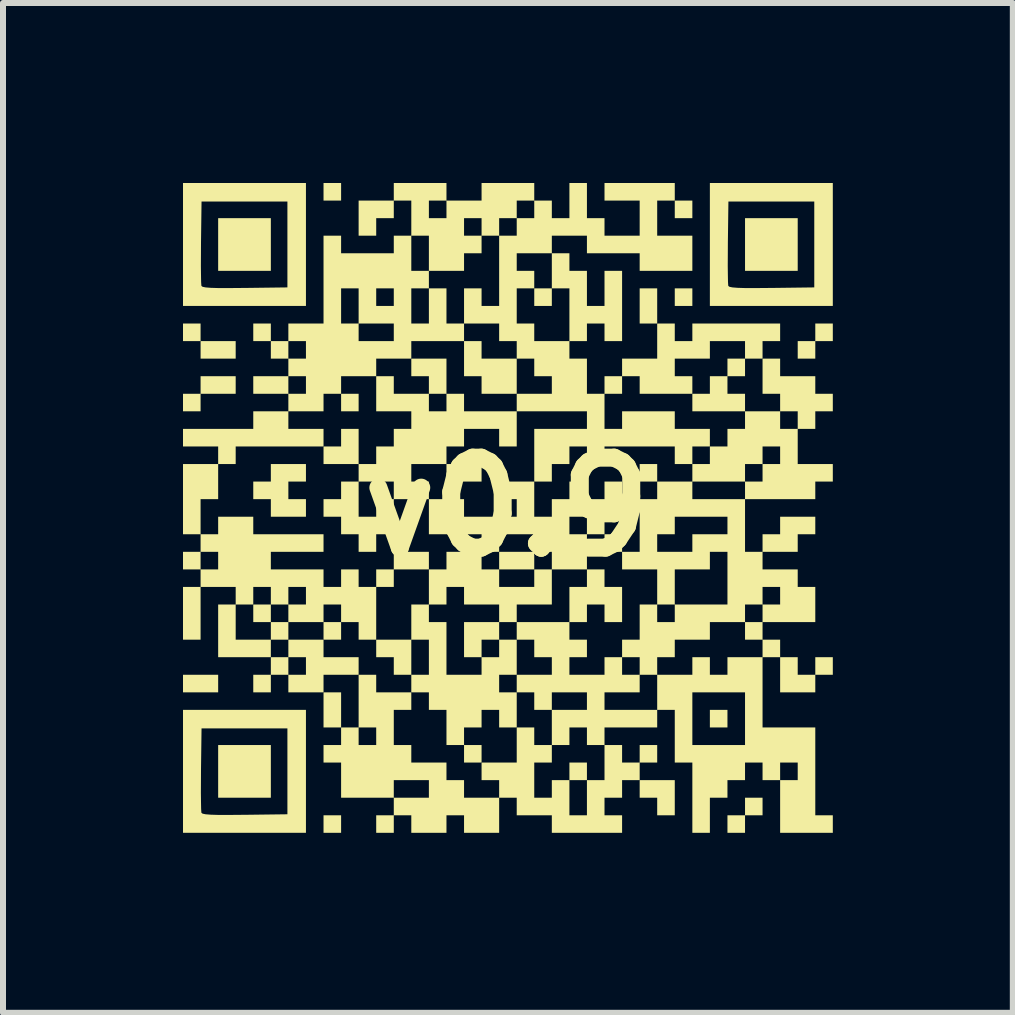
<source format=kicad_pcb>
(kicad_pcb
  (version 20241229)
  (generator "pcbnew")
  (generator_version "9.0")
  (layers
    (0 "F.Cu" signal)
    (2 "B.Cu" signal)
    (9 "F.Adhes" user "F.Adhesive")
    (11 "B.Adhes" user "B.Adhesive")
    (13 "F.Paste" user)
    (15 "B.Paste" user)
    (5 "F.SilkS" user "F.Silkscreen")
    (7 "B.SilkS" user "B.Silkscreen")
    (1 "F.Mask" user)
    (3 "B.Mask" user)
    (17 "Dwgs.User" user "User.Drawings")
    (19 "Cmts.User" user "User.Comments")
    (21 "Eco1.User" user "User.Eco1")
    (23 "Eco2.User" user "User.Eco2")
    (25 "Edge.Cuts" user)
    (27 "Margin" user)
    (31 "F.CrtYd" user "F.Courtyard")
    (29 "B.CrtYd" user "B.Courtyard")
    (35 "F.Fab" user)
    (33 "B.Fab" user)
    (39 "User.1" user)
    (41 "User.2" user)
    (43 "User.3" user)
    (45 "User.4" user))
  (footprint "v0.9"
    (layer "F.Cu")
    (at 5.399 5.399)
    (property "Reference" "v0.9" (at 0 0 0) (layer "F.SilkS") (effects (font (size 1.5 1.5) (thickness 0.3))))
    (attr board_only exclude_from_pos_files exclude_from_bom)
    (fp_poly (pts (xy -5.106 -2.911) (xy -5.106 -2.764) (xy -5.252 -2.764) (xy -5.399 -2.764) (xy -5.399 -2.911) (xy -5.399 -3.057) (xy -5.252 -3.057) (xy -5.106 -3.057)) (stroke (width 0) (type solid)) (fill yes) (layer "F.SilkS"))
    (fp_poly (pts (xy -4.813 2.943) (xy -4.813 3.09) (xy -5.106 3.09) (xy -5.399 3.09) (xy -5.399 2.943) (xy -5.399 2.797) (xy -5.106 2.797) (xy -4.813 2.797)) (stroke (width 0) (type solid)) (fill yes) (layer "F.SilkS"))
    (fp_poly (pts (xy -4.521 -2.618) (xy -4.521 -2.472) (xy -4.813 -2.472) (xy -5.106 -2.472) (xy -5.106 -2.618) (xy -5.106 -2.764) (xy -4.813 -2.764) (xy -4.521 -2.764)) (stroke (width 0) (type solid)) (fill yes) (layer "F.SilkS"))
    (fp_poly (pts (xy -3.935 -4.374) (xy -3.935 -3.935) (xy -4.374 -3.935) (xy -4.813 -3.935) (xy -4.813 -4.374) (xy -4.813 -4.813) (xy -4.374 -4.813) (xy -3.935 -4.813)) (stroke (width 0) (type solid)) (fill yes) (layer "F.SilkS"))
    (fp_poly (pts (xy -3.935 1.772) (xy -3.935 1.919) (xy -4.082 1.919) (xy -4.228 1.919) (xy -4.228 1.772) (xy -4.228 1.626) (xy -4.082 1.626) (xy -3.935 1.626)) (stroke (width 0) (type solid)) (fill yes) (layer "F.SilkS"))
    (fp_poly (pts (xy -3.935 4.407) (xy -3.935 4.846) (xy -4.374 4.846) (xy -4.813 4.846) (xy -4.813 4.407) (xy -4.813 3.968) (xy -4.374 3.968) (xy -3.935 3.968)) (stroke (width 0) (type solid)) (fill yes) (layer "F.SilkS"))
    (fp_poly (pts (xy -3.643 2.065) (xy -3.643 2.212) (xy -3.789 2.212) (xy -3.935 2.212) (xy -3.935 2.065) (xy -3.935 1.919) (xy -3.789 1.919) (xy -3.643 1.919)) (stroke (width 0) (type solid)) (fill yes) (layer "F.SilkS"))
    (fp_poly (pts (xy -2.764 -5.252) (xy -2.764 -5.106) (xy -2.911 -5.106) (xy -3.057 -5.106) (xy -3.057 -5.252) (xy -3.057 -5.399) (xy -2.911 -5.399) (xy -2.764 -5.399)) (stroke (width 0) (type solid)) (fill yes) (layer "F.SilkS"))
    (fp_poly (pts (xy -2.764 2.065) (xy -2.764 2.212) (xy -2.911 2.212) (xy -3.057 2.212) (xy -3.057 2.065) (xy -3.057 1.919) (xy -2.911 1.919) (xy -2.764 1.919)) (stroke (width 0) (type solid)) (fill yes) (layer "F.SilkS"))
    (fp_poly (pts (xy -2.764 5.285) (xy -2.764 5.431) (xy -2.911 5.431) (xy -3.057 5.431) (xy -3.057 5.285) (xy -3.057 5.139) (xy -2.911 5.139) (xy -2.764 5.139)) (stroke (width 0) (type solid)) (fill yes) (layer "F.SilkS"))
    (fp_poly (pts (xy -2.472 -1.74) (xy -2.472 -1.594) (xy -2.618 -1.594) (xy -2.764 -1.594) (xy -2.764 -1.74) (xy -2.764 -1.886) (xy -2.618 -1.886) (xy -2.472 -1.886)) (stroke (width 0) (type solid)) (fill yes) (layer "F.SilkS"))
    (fp_poly (pts (xy -0.423 -0.569) (xy -0.423 -0.423) (xy -0.715 -0.423) (xy -1.008 -0.423) (xy -1.008 -0.569) (xy -1.008 -0.715) (xy -0.715 -0.715) (xy -0.423 -0.715)) (stroke (width 0) (type solid)) (fill yes) (layer "F.SilkS"))
    (fp_poly (pts (xy -0.423 4.114) (xy -0.423 4.26) (xy -0.569 4.26) (xy -0.715 4.26) (xy -0.715 4.114) (xy -0.715 3.968) (xy -0.569 3.968) (xy -0.423 3.968)) (stroke (width 0) (type solid)) (fill yes) (layer "F.SilkS"))
    (fp_poly (pts (xy 0.455 0.894) (xy 0.455 1.041) (xy 0.163 1.041) (xy -0.13 1.041) (xy -0.13 0.894) (xy -0.13 0.748) (xy 0.163 0.748) (xy 0.455 0.748)) (stroke (width 0) (type solid)) (fill yes) (layer "F.SilkS"))
    (fp_poly (pts (xy 0.748 -3.496) (xy 0.748 -3.35) (xy 0.602 -3.35) (xy 0.455 -3.35) (xy 0.455 -3.496) (xy 0.455 -3.643) (xy 0.602 -3.643) (xy 0.748 -3.643)) (stroke (width 0) (type solid)) (fill yes) (layer "F.SilkS"))
    (fp_poly (pts (xy 1.333 4.407) (xy 1.333 4.553) (xy 1.187 4.553) (xy 1.041 4.553) (xy 1.041 4.407) (xy 1.041 4.26) (xy 1.187 4.26) (xy 1.333 4.26)) (stroke (width 0) (type solid)) (fill yes) (layer "F.SilkS"))
    (fp_poly (pts (xy 1.919 0.602) (xy 1.919 0.748) (xy 1.772 0.748) (xy 1.626 0.748) (xy 1.626 0.602) (xy 1.626 0.455) (xy 1.772 0.455) (xy 1.919 0.455)) (stroke (width 0) (type solid)) (fill yes) (layer "F.SilkS"))
    (fp_poly (pts (xy 2.504 -3.35) (xy 2.504 -3.057) (xy 2.358 -3.057) (xy 2.212 -3.057) (xy 2.212 -3.35) (xy 2.212 -3.643) (xy 2.358 -3.643) (xy 2.504 -3.643)) (stroke (width 0) (type solid)) (fill yes) (layer "F.SilkS"))
    (fp_poly (pts (xy 2.504 -0.569) (xy 2.504 -0.423) (xy 2.358 -0.423) (xy 2.212 -0.423) (xy 2.212 -0.569) (xy 2.212 -0.715) (xy 2.358 -0.715) (xy 2.504 -0.715)) (stroke (width 0) (type solid)) (fill yes) (layer "F.SilkS"))
    (fp_poly (pts (xy 3.09 -4.96) (xy 3.09 -4.813) (xy 2.943 -4.813) (xy 2.797 -4.813) (xy 2.797 -4.96) (xy 2.797 -5.106) (xy 2.943 -5.106) (xy 3.09 -5.106)) (stroke (width 0) (type solid)) (fill yes) (layer "F.SilkS"))
    (fp_poly (pts (xy 3.09 -3.496) (xy 3.09 -3.35) (xy 2.943 -3.35) (xy 2.797 -3.35) (xy 2.797 -3.496) (xy 2.797 -3.643) (xy 2.943 -3.643) (xy 3.09 -3.643)) (stroke (width 0) (type solid)) (fill yes) (layer "F.SilkS"))
    (fp_poly (pts (xy 3.675 3.529) (xy 3.675 3.675) (xy 3.529 3.675) (xy 3.382 3.675) (xy 3.382 3.529) (xy 3.382 3.382) (xy 3.529 3.382) (xy 3.675 3.382)) (stroke (width 0) (type solid)) (fill yes) (layer "F.SilkS"))
    (fp_poly (pts (xy 4.846 -4.374) (xy 4.846 -3.935) (xy 4.407 -3.935) (xy 3.968 -3.935) (xy 3.968 -4.374) (xy 3.968 -4.813) (xy 4.407 -4.813) (xy 4.846 -4.813)) (stroke (width 0) (type solid)) (fill yes) (layer "F.SilkS"))
    (fp_poly (pts (xy 2.797 4.846) (xy 2.797 5.139) (xy 2.651 5.139) (xy 2.504 5.139) (xy 2.504 4.992) (xy 2.504 4.846) (xy 2.358 4.846) (xy 2.212 4.846) (xy 2.212 4.699) (xy 2.212 4.553) (xy 2.504 4.553) (xy 2.797 4.553)) (stroke (width 0) (type solid)) (fill yes) (layer "F.SilkS"))
    (fp_poly (pts (xy -4.521 -2.033) (xy -4.521 -1.886) (xy -4.813 -1.886) (xy -5.106 -1.886) (xy -5.106 -1.74) (xy -5.106 -1.594) (xy -5.252 -1.594) (xy -5.399 -1.594) (xy -5.399 -1.74) (xy -5.399 -1.886) (xy -5.252 -1.886) (xy -5.106 -1.886) (xy -5.106 -2.033) (xy -5.106 -2.179) (xy -4.813 -2.179) (xy -4.521 -2.179)) (stroke (width 0) (type solid)) (fill yes) (layer "F.SilkS"))
    (fp_poly (pts (xy -0.423 -2.618) (xy -0.423 -2.472) (xy -0.13 -2.472) (xy 0.163 -2.472) (xy 0.163 -2.179) (xy 0.163 -1.886) (xy -0.13 -1.886) (xy -0.423 -1.886) (xy -0.423 -2.033) (xy -0.423 -2.179) (xy -0.569 -2.179) (xy -0.715 -2.179) (xy -0.715 -2.472) (xy -0.715 -2.764) (xy -0.569 -2.764) (xy -0.423 -2.764)) (stroke (width 0) (type solid)) (fill yes) (layer "F.SilkS"))
    (fp_poly (pts (xy 4.26 4.992) (xy 4.26 5.139) (xy 4.114 5.139) (xy 3.968 5.139) (xy 3.968 5.285) (xy 3.968 5.431) (xy 3.821 5.431) (xy 3.675 5.431) (xy 3.675 5.285) (xy 3.675 5.139) (xy 3.821 5.139) (xy 3.968 5.139) (xy 3.968 4.992) (xy 3.968 4.846) (xy 4.114 4.846) (xy 4.26 4.846)) (stroke (width 0) (type solid)) (fill yes) (layer "F.SilkS"))
    (fp_poly (pts (xy 5.431 -2.911) (xy 5.431 -2.764) (xy 5.285 -2.764) (xy 5.139 -2.764) (xy 5.139 -2.618) (xy 5.139 -2.472) (xy 4.992 -2.472) (xy 4.846 -2.472) (xy 4.846 -2.618) (xy 4.846 -2.764) (xy 4.992 -2.764) (xy 5.139 -2.764) (xy 5.139 -2.911) (xy 5.139 -3.057) (xy 5.285 -3.057) (xy 5.431 -3.057)) (stroke (width 0) (type solid)) (fill yes) (layer "F.SilkS"))
    (fp_poly (pts (xy 4.846 2.651) (xy 4.846 2.797) (xy 4.992 2.797) (xy 5.139 2.797) (xy 5.139 2.651) (xy 5.139 2.504) (xy 5.285 2.504) (xy 5.431 2.504) (xy 5.431 2.651) (xy 5.431 2.797) (xy 5.285 2.797) (xy 5.139 2.797) (xy 5.139 2.943) (xy 5.139 3.09) (xy 4.846 3.09) (xy 4.553 3.09) (xy 4.553 2.797) (xy 4.553 2.504) (xy 4.699 2.504) (xy 4.846 2.504)) (stroke (width 0) (type solid)) (fill yes) (layer "F.SilkS"))
    (fp_poly (pts (xy -3.35 -0.569) (xy -3.35 -0.423) (xy -3.496 -0.423) (xy -3.643 -0.423) (xy -3.643 -0.276) (xy -3.643 -0.13) (xy -3.496 -0.13) (xy -3.35 -0.13) (xy -3.35 0.016) (xy -3.35 0.163) (xy -3.643 0.163) (xy -3.935 0.163) (xy -3.935 0.016) (xy -3.935 -0.13) (xy -4.082 -0.13) (xy -4.228 -0.13) (xy -4.228 -0.276) (xy -4.228 -0.423) (xy -4.082 -0.423) (xy -3.935 -0.423) (xy -3.935 -0.569) (xy -3.935 -0.715) (xy -3.643 -0.715) (xy -3.35 -0.715)) (stroke (width 0) (type solid)) (fill yes) (layer "F.SilkS"))
    (fp_poly (pts (xy 1.626 1.187) (xy 1.626 1.333) (xy 1.772 1.333) (xy 1.919 1.333) (xy 1.919 1.626) (xy 1.919 1.919) (xy 1.772 1.919) (xy 1.626 1.919) (xy 1.626 1.772) (xy 1.626 1.626) (xy 1.48 1.626) (xy 1.333 1.626) (xy 1.333 1.772) (xy 1.333 1.919) (xy 1.187 1.919) (xy 1.041 1.919) (xy 1.041 1.626) (xy 1.041 1.333) (xy 1.187 1.333) (xy 1.333 1.333) (xy 1.333 1.187) (xy 1.333 1.041) (xy 1.48 1.041) (xy 1.626 1.041)) (stroke (width 0) (type solid)) (fill yes) (layer "F.SilkS"))
    (fp_poly (pts (xy 3.968 -2.325) (xy 3.968 -2.179) (xy 3.821 -2.179) (xy 3.675 -2.179) (xy 3.675 -2.033) (xy 3.675 -1.886) (xy 3.821 -1.886) (xy 3.968 -1.886) (xy 3.968 -1.74) (xy 3.968 -1.594) (xy 3.529 -1.594) (xy 3.09 -1.594) (xy 3.09 -1.74) (xy 3.09 -1.886) (xy 3.236 -1.886) (xy 3.382 -1.886) (xy 3.382 -2.033) (xy 3.382 -2.179) (xy 3.529 -2.179) (xy 3.675 -2.179) (xy 3.675 -2.325) (xy 3.675 -2.472) (xy 3.821 -2.472) (xy 3.968 -2.472)) (stroke (width 0) (type solid)) (fill yes) (layer "F.SilkS"))
    (fp_poly (pts (xy -3.35 -4.374) (xy -3.35 -3.35) (xy -4.374 -3.35) (xy -5.399 -3.35) (xy -5.399 -4.017) (xy -5.101 -4.017) (xy -5.099 -3.863) (xy -5.097 -3.75) (xy -5.093 -3.69) (xy -5.091 -3.683) (xy -5.072 -3.669) (xy -5.023 -3.659) (xy -4.937 -3.652) (xy -4.807 -3.648) (xy -4.627 -3.648) (xy -4.389 -3.65) (xy -4.367 -3.65) (xy -3.659 -3.659) (xy -3.659 -4.374) (xy -3.659 -5.09) (xy -4.374 -5.09) (xy -5.09 -5.09) (xy -5.099 -4.408) (xy -5.1 -4.202) (xy -5.101 -4.017) (xy -5.399 -4.017) (xy -5.399 -4.374) (xy -5.399 -5.399) (xy -4.374 -5.399) (xy -3.35 -5.399)) (stroke (width 0) (type solid)) (fill yes) (layer "F.SilkS"))
    (fp_poly (pts (xy -3.35 4.407) (xy -3.35 5.431) (xy -4.374 5.431) (xy -5.399 5.431) (xy -5.399 4.764) (xy -5.101 4.764) (xy -5.099 4.918) (xy -5.097 5.031) (xy -5.093 5.091) (xy -5.091 5.098) (xy -5.072 5.112) (xy -5.023 5.122) (xy -4.937 5.129) (xy -4.807 5.133) (xy -4.627 5.133) (xy -4.389 5.131) (xy -4.367 5.131) (xy -3.659 5.122) (xy -3.659 4.407) (xy -3.659 3.691) (xy -4.374 3.691) (xy -5.09 3.691) (xy -5.099 4.373) (xy -5.1 4.579) (xy -5.101 4.764) (xy -5.399 4.764) (xy -5.399 4.407) (xy -5.399 3.382) (xy -4.374 3.382) (xy -3.35 3.382)) (stroke (width 0) (type solid)) (fill yes) (layer "F.SilkS"))
    (fp_poly (pts (xy 5.431 -4.374) (xy 5.431 -3.35) (xy 4.407 -3.35) (xy 3.382 -3.35) (xy 3.382 -4.017) (xy 3.68 -4.017) (xy 3.682 -3.863) (xy 3.684 -3.75) (xy 3.688 -3.69) (xy 3.69 -3.683) (xy 3.709 -3.669) (xy 3.758 -3.659) (xy 3.844 -3.652) (xy 3.974 -3.648) (xy 4.154 -3.648) (xy 4.392 -3.65) (xy 4.414 -3.65) (xy 5.122 -3.659) (xy 5.122 -4.374) (xy 5.122 -5.09) (xy 4.407 -5.09) (xy 3.691 -5.09) (xy 3.682 -4.408) (xy 3.681 -4.202) (xy 3.68 -4.017) (xy 3.382 -4.017) (xy 3.382 -4.374) (xy 3.382 -5.399) (xy 4.407 -5.399) (xy 5.431 -5.399)) (stroke (width 0) (type solid)) (fill yes) (layer "F.SilkS"))
    (fp_poly (pts (xy -1.008 -2.179) (xy -1.008 -1.886) (xy -1.155 -1.886) (xy -1.301 -1.886) (xy -1.301 -1.74) (xy -1.301 -1.594) (xy -1.155 -1.594) (xy -1.008 -1.594) (xy -1.008 -1.74) (xy -1.008 -1.886) (xy -0.862 -1.886) (xy -0.715 -1.886) (xy -0.715 -1.74) (xy -0.715 -1.594) (xy -0.276 -1.594) (xy 0.163 -1.594) (xy 0.163 -1.301) (xy 0.163 -1.008) (xy 0.016 -1.008) (xy -0.13 -1.008) (xy -0.13 -1.155) (xy -0.13 -1.301) (xy -0.423 -1.301) (xy -0.715 -1.301) (xy -0.715 -1.155) (xy -0.715 -1.008) (xy -0.862 -1.008) (xy -1.008 -1.008) (xy -1.008 -0.862) (xy -1.008 -0.715) (xy -1.301 -0.715) (xy -1.594 -0.715) (xy -1.594 -0.569) (xy -1.594 -0.423) (xy -1.447 -0.423) (xy -1.301 -0.423) (xy -1.301 -0.276) (xy -1.301 -0.13) (xy -1.594 -0.13) (xy -1.886 -0.13) (xy -1.886 0.163) (xy -1.886 0.455) (xy -2.033 0.455) (xy -2.179 0.455) (xy -2.179 0.602) (xy -2.179 0.748) (xy -2.325 0.748) (xy -2.472 0.748) (xy -2.472 0.602) (xy -2.472 0.455) (xy -2.618 0.455) (xy -2.764 0.455) (xy -2.764 0.309) (xy -2.764 0.163) (xy -2.911 0.163) (xy -3.057 0.163) (xy -3.057 0.016) (xy -3.057 -0.13) (xy -2.911 -0.13) (xy -2.764 -0.13) (xy -2.764 -0.276) (xy -2.764 -0.423) (xy -2.618 -0.423) (xy -2.472 -0.423) (xy -2.472 -0.13) (xy -2.472 0.163) (xy -2.325 0.163) (xy -2.179 0.163) (xy -2.179 0.016) (xy -2.179 -0.13) (xy -2.033 -0.13) (xy -1.886 -0.13) (xy -1.886 -0.276) (xy -1.886 -0.423) (xy -2.179 -0.423) (xy -2.472 -0.423) (xy -2.472 -0.569) (xy -2.472 -0.715) (xy -2.764 -0.715) (xy -3.057 -0.715) (xy -3.057 -0.862) (xy -3.057 -1.008) (xy -2.911 -1.008) (xy -2.764 -1.008) (xy -2.764 -1.155) (xy -2.764 -1.301) (xy -2.618 -1.301) (xy -2.472 -1.301) (xy -2.472 -1.008) (xy -2.472 -0.715) (xy -2.325 -0.715) (xy -2.179 -0.715) (xy -2.179 -0.862) (xy -2.179 -1.008) (xy -2.033 -1.008) (xy -1.886 -1.008) (xy -1.886 -1.155) (xy -1.886 -1.301) (xy -1.74 -1.301) (xy -1.594 -1.301) (xy -1.594 -1.447) (xy -1.594 -1.594) (xy -1.886 -1.594) (xy -2.179 -1.594) (xy -2.179 -1.886) (xy -2.179 -2.179) (xy -2.033 -2.179) (xy -1.886 -2.179) (xy -1.886 -2.033) (xy -1.886 -1.886) (xy -1.594 -1.886) (xy -1.301 -1.886) (xy -1.301 -2.033) (xy -1.301 -2.179) (xy -1.447 -2.179) (xy -1.594 -2.179) (xy -1.594 -2.325) (xy -1.594 -2.472) (xy -1.301 -2.472) (xy -1.008 -2.472)) (stroke (width 0) (type solid)) (fill yes) (layer "F.SilkS"))
    (fp_poly (pts (xy -2.179 2.943) (xy -2.179 3.09) (xy -1.886 3.09) (xy -1.594 3.09) (xy -1.594 3.236) (xy -1.594 3.382) (xy -1.74 3.382) (xy -1.886 3.382) (xy -1.886 3.675) (xy -1.886 3.968) (xy -1.74 3.968) (xy -1.594 3.968) (xy -1.594 4.114) (xy -1.594 4.26) (xy -1.301 4.26) (xy -1.008 4.26) (xy -1.008 4.407) (xy -1.008 4.553) (xy -0.862 4.553) (xy -0.715 4.553) (xy -0.715 4.699) (xy -0.715 4.846) (xy -0.423 4.846) (xy -0.13 4.846) (xy -0.13 4.699) (xy -0.13 4.553) (xy -0.276 4.553) (xy -0.423 4.553) (xy -0.423 4.407) (xy -0.423 4.26) (xy -0.13 4.26) (xy 0.163 4.26) (xy 0.163 3.968) (xy 0.163 3.675) (xy 0.309 3.675) (xy 0.455 3.675) (xy 0.455 3.821) (xy 0.455 3.968) (xy 0.602 3.968) (xy 0.748 3.968) (xy 0.748 4.114) (xy 0.748 4.26) (xy 0.602 4.26) (xy 0.455 4.26) (xy 0.455 4.553) (xy 0.455 4.846) (xy 0.602 4.846) (xy 0.748 4.846) (xy 0.748 4.699) (xy 0.748 4.553) (xy 0.894 4.553) (xy 1.041 4.553) (xy 1.041 4.846) (xy 1.041 5.139) (xy 1.187 5.139) (xy 1.333 5.139) (xy 1.333 4.846) (xy 1.333 4.553) (xy 1.48 4.553) (xy 1.626 4.553) (xy 1.626 4.26) (xy 1.626 3.968) (xy 1.772 3.968) (xy 1.919 3.968) (xy 1.919 4.114) (xy 1.919 4.26) (xy 2.065 4.26) (xy 2.212 4.26) (xy 2.212 4.114) (xy 2.212 3.968) (xy 2.358 3.968) (xy 2.504 3.968) (xy 2.504 4.114) (xy 2.504 4.26) (xy 2.358 4.26) (xy 2.212 4.26) (xy 2.212 4.407) (xy 2.212 4.553) (xy 2.065 4.553) (xy 1.919 4.553) (xy 1.919 4.699) (xy 1.919 4.846) (xy 1.772 4.846) (xy 1.626 4.846) (xy 1.626 4.992) (xy 1.626 5.139) (xy 1.772 5.139) (xy 1.919 5.139) (xy 1.919 5.285) (xy 1.919 5.431) (xy 1.333 5.431) (xy 0.748 5.431) (xy 0.748 5.285) (xy 0.748 5.139) (xy 0.455 5.139) (xy 0.163 5.139) (xy 0.163 4.992) (xy 0.163 4.846) (xy 0.016 4.846) (xy -0.13 4.846) (xy -0.13 5.139) (xy -0.13 5.431) (xy -0.423 5.431) (xy -0.715 5.431) (xy -0.715 5.285) (xy -0.715 5.139) (xy -0.862 5.139) (xy -1.008 5.139) (xy -1.008 5.285) (xy -1.008 5.431) (xy -1.301 5.431) (xy -1.594 5.431) (xy -1.594 5.285) (xy -1.594 5.139) (xy -1.74 5.139) (xy -1.886 5.139) (xy -1.886 5.285) (xy -1.886 5.431) (xy -2.033 5.431) (xy -2.179 5.431) (xy -2.179 5.285) (xy -2.179 5.139) (xy -2.033 5.139) (xy -1.886 5.139) (xy -1.886 4.992) (xy -1.886 4.846) (xy -2.325 4.846) (xy -2.764 4.846) (xy -2.764 4.553) (xy -1.886 4.553) (xy -1.886 4.699) (xy -1.886 4.846) (xy -1.594 4.846) (xy -1.301 4.846) (xy -1.301 4.699) (xy -1.301 4.553) (xy -1.594 4.553) (xy -1.886 4.553) (xy -2.764 4.553) (xy -2.764 4.26) (xy -2.911 4.26) (xy -3.057 4.26) (xy -3.057 4.114) (xy -3.057 3.968) (xy -2.911 3.968) (xy -2.764 3.968) (xy -2.764 3.821) (xy -2.764 3.675) (xy -2.911 3.675) (xy -3.057 3.675) (xy -3.057 3.382) (xy -3.057 3.09) (xy -2.911 3.09) (xy -2.764 3.09) (xy -2.764 3.382) (xy -2.764 3.675) (xy -2.618 3.675) (xy -2.472 3.675) (xy -2.472 3.821) (xy -2.472 3.968) (xy -2.325 3.968) (xy -2.179 3.968) (xy -2.179 3.821) (xy -2.179 3.675) (xy -2.325 3.675) (xy -2.472 3.675) (xy -2.472 3.236) (xy -2.472 2.797) (xy -2.325 2.797) (xy -2.179 2.797)) (stroke (width 0) (type solid)) (fill yes) (layer "F.SilkS"))
    (fp_poly (pts (xy 0.455 -0.13) (xy 0.455 0.163) (xy 0.602 0.163) (xy 0.748 0.163) (xy 1.041 0.163) (xy 1.041 0.309) (xy 1.041 0.455) (xy 1.187 0.455) (xy 1.333 0.455) (xy 1.333 0.309) (xy 1.333 0.163) (xy 1.187 0.163) (xy 1.041 0.163) (xy 0.748 0.163) (xy 0.748 0.016) (xy 0.748 -0.13) (xy 0.894 -0.13) (xy 1.041 -0.13) (xy 1.041 -0.276) (xy 1.041 -0.423) (xy 1.187 -0.423) (xy 1.333 -0.423) (xy 1.333 -0.276) (xy 1.333 -0.13) (xy 1.48 -0.13) (xy 1.626 -0.13) (xy 1.626 -0.276) (xy 1.626 -0.423) (xy 1.772 -0.423) (xy 1.919 -0.423) (xy 1.919 -0.13) (xy 1.919 0.163) (xy 1.772 0.163) (xy 1.626 0.163) (xy 1.626 0.309) (xy 1.626 0.455) (xy 1.48 0.455) (xy 1.333 0.455) (xy 1.333 0.748) (xy 1.333 1.041) (xy 1.041 1.041) (xy 0.748 1.041) (xy 0.748 1.333) (xy 0.748 1.626) (xy 0.455 1.626) (xy 0.163 1.626) (xy 0.163 1.772) (xy 0.163 1.919) (xy 0.016 1.919) (xy -0.13 1.919) (xy -0.13 2.065) (xy -0.13 2.212) (xy -0.276 2.212) (xy -0.423 2.212) (xy -0.423 2.358) (xy -0.423 2.504) (xy -0.569 2.504) (xy -0.715 2.504) (xy -0.715 2.212) (xy -0.715 1.919) (xy -0.423 1.919) (xy -0.13 1.919) (xy -0.13 1.772) (xy -0.13 1.626) (xy -0.423 1.626) (xy -0.715 1.626) (xy -0.715 1.48) (xy -0.715 1.333) (xy -0.862 1.333) (xy -1.008 1.333) (xy -1.008 1.48) (xy -1.008 1.626) (xy -1.155 1.626) (xy -1.301 1.626) (xy -1.301 1.772) (xy -1.301 1.919) (xy -1.155 1.919) (xy -1.008 1.919) (xy -1.008 2.358) (xy -1.008 2.797) (xy -0.715 2.797) (xy -0.423 2.797) (xy -0.423 2.651) (xy -0.423 2.504) (xy -0.276 2.504) (xy -0.13 2.504) (xy -0.13 2.358) (xy -0.13 2.212) (xy 0.016 2.212) (xy 0.163 2.212) (xy 0.163 2.504) (xy 0.163 2.797) (xy 0.016 2.797) (xy -0.13 2.797) (xy -0.13 2.943) (xy -0.13 3.09) (xy 0.016 3.09) (xy 0.163 3.09) (xy 0.163 3.382) (xy 0.163 3.675) (xy 0.016 3.675) (xy -0.13 3.675) (xy -0.13 3.529) (xy -0.13 3.382) (xy -0.276 3.382) (xy -0.423 3.382) (xy -0.423 3.529) (xy -0.423 3.675) (xy -0.569 3.675) (xy -0.715 3.675) (xy -0.715 3.821) (xy -0.715 3.968) (xy -0.862 3.968) (xy -1.008 3.968) (xy -1.008 3.675) (xy -1.008 3.382) (xy -1.155 3.382) (xy -1.301 3.382) (xy -1.301 3.236) (xy -1.301 3.09) (xy -1.447 3.09) (xy -1.594 3.09) (xy -1.594 2.943) (xy -1.594 2.797) (xy -1.74 2.797) (xy -1.886 2.797) (xy -1.886 2.651) (xy -1.886 2.504) (xy -2.033 2.504) (xy -2.179 2.504) (xy -2.179 2.358) (xy -2.179 2.212) (xy -1.886 2.212) (xy -1.594 2.212) (xy -1.594 2.504) (xy -1.594 2.797) (xy -1.447 2.797) (xy -1.301 2.797) (xy -1.301 2.504) (xy -1.301 2.212) (xy -1.447 2.212) (xy -1.594 2.212) (xy -1.594 1.919) (xy -1.594 1.626) (xy -1.447 1.626) (xy -1.301 1.626) (xy -1.301 1.333) (xy -1.301 1.041) (xy -1.594 1.041) (xy -1.886 1.041) (xy -1.886 1.187) (xy -1.886 1.333) (xy -2.033 1.333) (xy -2.179 1.333) (xy -2.179 1.187) (xy -2.179 1.041) (xy -2.033 1.041) (xy -1.886 1.041) (xy -1.886 0.894) (xy -1.886 0.748) (xy -1.594 0.748) (xy -1.301 0.748) (xy -1.301 0.894) (xy -1.301 1.041) (xy -1.155 1.041) (xy -1.008 1.041) (xy -0.423 1.041) (xy -0.276 1.041) (xy -0.13 1.041) (xy -0.13 1.187) (xy -0.13 1.333) (xy 0.163 1.333) (xy 0.455 1.333) (xy 0.455 1.187) (xy 0.455 1.041) (xy 0.602 1.041) (xy 0.748 1.041) (xy 0.748 0.894) (xy 0.748 0.748) (xy 0.602 0.748) (xy 0.455 0.748) (xy 0.455 0.602) (xy 0.455 0.455) (xy 0.163 0.455) (xy -0.13 0.455) (xy -0.13 0.602) (xy -0.13 0.748) (xy -0.276 0.748) (xy -0.423 0.748) (xy -0.423 0.894) (xy -0.423 1.041) (xy -1.008 1.041) (xy -1.008 0.894) (xy -1.008 0.748) (xy -0.715 0.748) (xy -0.423 0.748) (xy -0.423 0.602) (xy -0.423 0.455) (xy -0.862 0.455) (xy -1.301 0.455) (xy -1.301 0.163) (xy -1.301 -0.13) (xy -1.008 -0.13) (xy -0.715 -0.13) (xy -0.715 0.016) (xy -0.715 0.163) (xy -0.276 0.163) (xy 0.163 0.163) (xy 0.163 0.016) (xy 0.163 -0.13) (xy 0.016 -0.13) (xy -0.13 -0.13) (xy -0.13 -0.276) (xy -0.13 -0.423) (xy 0.163 -0.423) (xy 0.455 -0.423)) (stroke (width 0) (type solid)) (fill yes) (layer "F.SilkS"))
    (fp_poly (pts (xy 4.553 -2.325) (xy 4.553 -2.179) (xy 4.846 -2.179) (xy 5.139 -2.179) (xy 5.139 -2.033) (xy 5.139 -1.886) (xy 5.285 -1.886) (xy 5.431 -1.886) (xy 5.431 -1.74) (xy 5.431 -1.594) (xy 5.285 -1.594) (xy 5.139 -1.594) (xy 5.139 -1.447) (xy 5.139 -1.301) (xy 4.992 -1.301) (xy 4.846 -1.301) (xy 4.846 -1.008) (xy 4.846 -0.715) (xy 5.139 -0.715) (xy 5.431 -0.715) (xy 5.431 -0.569) (xy 5.431 -0.423) (xy 5.285 -0.423) (xy 5.139 -0.423) (xy 5.139 -0.276) (xy 5.139 -0.13) (xy 4.553 -0.13) (xy 3.968 -0.13) (xy 3.968 0.309) (xy 3.968 0.748) (xy 4.114 0.748) (xy 4.26 0.748) (xy 4.26 0.602) (xy 4.26 0.455) (xy 4.407 0.455) (xy 4.553 0.455) (xy 4.553 0.309) (xy 4.553 0.163) (xy 4.846 0.163) (xy 5.139 0.163) (xy 5.139 0.309) (xy 5.139 0.455) (xy 4.992 0.455) (xy 4.846 0.455) (xy 4.846 0.602) (xy 4.846 0.748) (xy 4.553 0.748) (xy 4.26 0.748) (xy 4.26 0.894) (xy 4.26 1.041) (xy 4.553 1.041) (xy 4.846 1.041) (xy 4.846 1.187) (xy 4.846 1.333) (xy 4.992 1.333) (xy 5.139 1.333) (xy 5.139 1.626) (xy 5.139 1.919) (xy 4.699 1.919) (xy 4.26 1.919) (xy 4.26 2.065) (xy 4.26 2.212) (xy 4.114 2.212) (xy 3.968 2.212) (xy 3.968 2.065) (xy 3.968 1.919) (xy 4.114 1.919) (xy 4.26 1.919) (xy 4.26 1.772) (xy 4.26 1.626) (xy 4.407 1.626) (xy 4.553 1.626) (xy 4.553 1.48) (xy 4.553 1.333) (xy 4.407 1.333) (xy 4.26 1.333) (xy 4.26 1.48) (xy 4.26 1.626) (xy 4.114 1.626) (xy 3.968 1.626) (xy 3.968 1.772) (xy 3.968 1.919) (xy 3.675 1.919) (xy 3.382 1.919) (xy 3.382 2.065) (xy 3.382 2.212) (xy 3.09 2.212) (xy 2.797 2.212) (xy 2.797 2.358) (xy 2.797 2.504) (xy 2.651 2.504) (xy 2.504 2.504) (xy 2.504 2.651) (xy 2.504 2.797) (xy 2.358 2.797) (xy 2.212 2.797) (xy 2.212 2.651) (xy 2.212 2.504) (xy 2.065 2.504) (xy 1.919 2.504) (xy 1.919 2.651) (xy 1.919 2.797) (xy 2.065 2.797) (xy 2.212 2.797) (xy 2.212 2.943) (xy 2.212 3.09) (xy 1.919 3.09) (xy 1.626 3.09) (xy 1.626 3.236) (xy 1.626 3.382) (xy 2.065 3.382) (xy 2.504 3.382) (xy 2.504 3.09) (xy 3.09 3.09) (xy 3.09 3.529) (xy 3.09 3.968) (xy 3.529 3.968) (xy 3.968 3.968) (xy 3.968 3.529) (xy 3.968 3.09) (xy 3.529 3.09) (xy 3.09 3.09) (xy 2.504 3.09) (xy 2.504 2.797) (xy 2.797 2.797) (xy 3.09 2.797) (xy 3.09 2.651) (xy 3.09 2.504) (xy 3.236 2.504) (xy 3.382 2.504) (xy 3.382 2.651) (xy 3.382 2.797) (xy 3.529 2.797) (xy 3.675 2.797) (xy 3.675 2.651) (xy 3.675 2.504) (xy 3.968 2.504) (xy 4.26 2.504) (xy 4.26 2.358) (xy 4.26 2.212) (xy 4.407 2.212) (xy 4.553 2.212) (xy 4.553 2.358) (xy 4.553 2.504) (xy 4.407 2.504) (xy 4.26 2.504) (xy 4.26 3.09) (xy 4.26 3.675) (xy 4.699 3.675) (xy 5.139 3.675) (xy 5.139 4.407) (xy 5.139 5.139) (xy 5.285 5.139) (xy 5.431 5.139) (xy 5.431 5.285) (xy 5.431 5.431) (xy 4.992 5.431) (xy 4.553 5.431) (xy 4.553 4.992) (xy 4.553 4.553) (xy 4.407 4.553) (xy 4.26 4.553) (xy 4.26 4.407) (xy 4.26 4.26) (xy 4.553 4.26) (xy 4.553 4.407) (xy 4.553 4.553) (xy 4.699 4.553) (xy 4.846 4.553) (xy 4.846 4.407) (xy 4.846 4.26) (xy 4.699 4.26) (xy 4.553 4.26) (xy 4.26 4.26) (xy 4.114 4.26) (xy 3.968 4.26) (xy 3.968 4.407) (xy 3.968 4.553) (xy 3.821 4.553) (xy 3.675 4.553) (xy 3.675 4.699) (xy 3.675 4.846) (xy 3.529 4.846) (xy 3.382 4.846) (xy 3.382 5.139) (xy 3.382 5.431) (xy 3.236 5.431) (xy 3.09 5.431) (xy 3.09 4.846) (xy 3.09 4.26) (xy 2.943 4.26) (xy 2.797 4.26) (xy 2.797 3.821) (xy 2.797 3.382) (xy 2.651 3.382) (xy 2.504 3.382) (xy 2.504 3.529) (xy 2.504 3.675) (xy 2.065 3.675) (xy 1.626 3.675) (xy 1.626 3.821) (xy 1.626 3.968) (xy 1.48 3.968) (xy 1.333 3.968) (xy 1.333 3.821) (xy 1.333 3.675) (xy 1.187 3.675) (xy 1.041 3.675) (xy 1.041 3.821) (xy 1.041 3.968) (xy 0.894 3.968) (xy 0.748 3.968) (xy 0.748 3.675) (xy 0.748 3.382) (xy 1.041 3.382) (xy 1.333 3.382) (xy 1.333 3.236) (xy 1.333 3.09) (xy 1.041 3.09) (xy 0.748 3.09) (xy 0.748 3.236) (xy 0.748 3.382) (xy 0.602 3.382) (xy 0.455 3.382) (xy 0.455 3.236) (xy 0.455 3.09) (xy 0.309 3.09) (xy 0.163 3.09) (xy 0.163 2.943) (xy 0.163 2.797) (xy 0.455 2.797) (xy 0.748 2.797) (xy 0.748 2.651) (xy 0.748 2.504) (xy 0.602 2.504) (xy 0.455 2.504) (xy 0.455 2.358) (xy 0.455 2.212) (xy 0.309 2.212) (xy 0.163 2.212) (xy 0.163 2.065) (xy 0.163 1.919) (xy 0.602 1.919) (xy 1.041 1.919) (xy 1.041 2.065) (xy 1.041 2.212) (xy 1.187 2.212) (xy 1.333 2.212) (xy 1.333 2.358) (xy 1.333 2.504) (xy 1.187 2.504) (xy 1.041 2.504) (xy 1.041 2.651) (xy 1.041 2.797) (xy 1.333 2.797) (xy 1.626 2.797) (xy 1.626 2.651) (xy 1.626 2.504) (xy 1.772 2.504) (xy 1.919 2.504) (xy 1.919 2.358) (xy 1.919 2.212) (xy 2.065 2.212) (xy 2.212 2.212) (xy 2.212 1.919) (xy 2.212 1.626) (xy 2.358 1.626) (xy 2.504 1.626) (xy 2.504 1.772) (xy 2.504 1.919) (xy 2.651 1.919) (xy 2.797 1.919) (xy 2.797 1.772) (xy 2.797 1.626) (xy 3.236 1.626) (xy 3.675 1.626) (xy 3.675 1.187) (xy 3.675 0.748) (xy 3.529 0.748) (xy 3.382 0.748) (xy 3.382 0.894) (xy 3.382 1.041) (xy 3.09 1.041) (xy 2.797 1.041) (xy 2.797 1.333) (xy 2.797 1.626) (xy 2.651 1.626) (xy 2.504 1.626) (xy 2.504 1.333) (xy 2.504 1.041) (xy 2.212 1.041) (xy 1.919 1.041) (xy 1.919 0.894) (xy 1.919 0.748) (xy 2.065 0.748) (xy 2.212 0.748) (xy 2.504 0.748) (xy 2.797 0.748) (xy 3.09 0.748) (xy 3.09 0.602) (xy 3.09 0.455) (xy 3.382 0.455) (xy 3.675 0.455) (xy 3.675 0.309) (xy 3.675 0.163) (xy 3.236 0.163) (xy 2.797 0.163) (xy 2.797 0.309) (xy 2.797 0.455) (xy 2.651 0.455) (xy 2.504 0.455) (xy 2.504 0.602) (xy 2.504 0.748) (xy 2.212 0.748) (xy 2.212 0.309) (xy 2.212 -0.13) (xy 2.358 -0.13) (xy 2.504 -0.13) (xy 2.504 -0.276) (xy 2.504 -0.423) (xy 2.797 -0.423) (xy 3.09 -0.423) (xy 3.09 -0.276) (xy 3.09 -0.13) (xy 3.529 -0.13) (xy 3.968 -0.13) (xy 3.968 -0.276) (xy 3.968 -0.423) (xy 4.114 -0.423) (xy 4.26 -0.423) (xy 4.26 -0.569) (xy 4.26 -0.715) (xy 4.407 -0.715) (xy 4.553 -0.715) (xy 4.553 -0.862) (xy 4.553 -1.008) (xy 4.407 -1.008) (xy 4.26 -1.008) (xy 4.26 -0.862) (xy 4.26 -0.715) (xy 4.114 -0.715) (xy 3.968 -0.715) (xy 3.968 -0.569) (xy 3.968 -0.423) (xy 3.529 -0.423) (xy 3.09 -0.423) (xy 3.09 -0.569) (xy 3.09 -0.715) (xy 3.236 -0.715) (xy 3.382 -0.715) (xy 3.382 -0.862) (xy 3.382 -1.008) (xy 3.529 -1.008) (xy 3.675 -1.008) (xy 3.675 -1.155) (xy 3.675 -1.301) (xy 3.821 -1.301) (xy 3.968 -1.301) (xy 3.968 -1.447) (xy 3.968 -1.594) (xy 4.26 -1.594) (xy 4.553 -1.594) (xy 4.553 -1.447) (xy 4.553 -1.301) (xy 4.699 -1.301) (xy 4.846 -1.301) (xy 4.846 -1.447) (xy 4.846 -1.594) (xy 4.699 -1.594) (xy 4.553 -1.594) (xy 4.553 -1.74) (xy 4.553 -1.886) (xy 4.407 -1.886) (xy 4.26 -1.886) (xy 4.26 -2.179) (xy 4.26 -2.472) (xy 4.407 -2.472) (xy 4.553 -2.472)) (stroke (width 0) (type solid)) (fill yes) (layer "F.SilkS"))
    (fp_poly (pts (xy -1.008 -5.252) (xy -1.008 -5.106) (xy -0.715 -5.106) (xy -0.423 -5.106) (xy -0.423 -5.252) (xy -0.423 -5.399) (xy 0.016 -5.399) (xy 0.455 -5.399) (xy 0.455 -5.252) (xy 0.455 -5.106) (xy 0.309 -5.106) (xy 0.163 -5.106) (xy 0.163 -4.96) (xy 0.163 -4.813) (xy 0.016 -4.813) (xy -0.13 -4.813) (xy -0.13 -4.667) (xy -0.13 -4.521) (xy -0.276 -4.521) (xy -0.423 -4.521) (xy -0.423 -4.667) (xy -0.423 -4.813) (xy -0.569 -4.813) (xy -0.715 -4.813) (xy -0.715 -4.667) (xy -0.715 -4.521) (xy -0.569 -4.521) (xy -0.423 -4.521) (xy -0.423 -4.374) (xy -0.423 -4.228) (xy -0.569 -4.228) (xy -0.715 -4.228) (xy -0.715 -4.082) (xy -0.715 -3.935) (xy -1.008 -3.935) (xy -1.301 -3.935) (xy -1.301 -4.228) (xy -1.301 -4.521) (xy -1.447 -4.521) (xy -1.594 -4.521) (xy -1.594 -4.228) (xy -1.594 -3.935) (xy -1.447 -3.935) (xy -1.301 -3.935) (xy -1.301 -3.789) (xy -1.301 -3.643) (xy -1.447 -3.643) (xy -1.594 -3.643) (xy -1.594 -3.35) (xy -1.594 -3.057) (xy -1.447 -3.057) (xy -1.301 -3.057) (xy -1.301 -3.35) (xy -1.301 -3.643) (xy -1.155 -3.643) (xy -1.008 -3.643) (xy -1.008 -3.35) (xy -1.008 -3.057) (xy -0.862 -3.057) (xy -0.715 -3.057) (xy -0.715 -3.35) (xy -0.715 -3.643) (xy -0.569 -3.643) (xy -0.423 -3.643) (xy -0.423 -3.496) (xy -0.423 -3.35) (xy -0.276 -3.35) (xy -0.13 -3.35) (xy -0.13 -3.935) (xy -0.13 -4.521) (xy 0.016 -4.521) (xy 0.163 -4.521) (xy 0.163 -4.667) (xy 0.163 -4.813) (xy 0.309 -4.813) (xy 0.455 -4.813) (xy 0.455 -4.96) (xy 0.455 -5.106) (xy 0.602 -5.106) (xy 0.748 -5.106) (xy 0.748 -4.96) (xy 0.748 -4.813) (xy 0.894 -4.813) (xy 1.041 -4.813) (xy 1.041 -5.106) (xy 1.041 -5.399) (xy 1.187 -5.399) (xy 1.333 -5.399) (xy 1.333 -5.106) (xy 1.333 -4.813) (xy 1.48 -4.813) (xy 1.626 -4.813) (xy 1.626 -4.667) (xy 1.626 -4.521) (xy 1.919 -4.521) (xy 2.212 -4.521) (xy 2.212 -4.813) (xy 2.212 -5.106) (xy 1.919 -5.106) (xy 1.626 -5.106) (xy 1.626 -5.252) (xy 1.626 -5.399) (xy 2.212 -5.399) (xy 2.797 -5.399) (xy 2.797 -5.252) (xy 2.797 -5.106) (xy 2.651 -5.106) (xy 2.504 -5.106) (xy 2.504 -4.813) (xy 2.504 -4.521) (xy 2.797 -4.521) (xy 3.09 -4.521) (xy 3.09 -4.228) (xy 3.09 -3.935) (xy 2.651 -3.935) (xy 2.212 -3.935) (xy 2.212 -4.082) (xy 2.212 -4.228) (xy 1.772 -4.228) (xy 1.333 -4.228) (xy 1.333 -4.374) (xy 1.333 -4.521) (xy 1.041 -4.521) (xy 0.748 -4.521) (xy 0.748 -4.374) (xy 0.748 -4.228) (xy 0.455 -4.228) (xy 0.163 -4.228) (xy 0.163 -4.082) (xy 0.163 -3.935) (xy 0.309 -3.935) (xy 0.455 -3.935) (xy 0.455 -3.789) (xy 0.455 -3.643) (xy 0.309 -3.643) (xy 0.163 -3.643) (xy 0.163 -3.35) (xy 0.163 -3.057) (xy 0.309 -3.057) (xy 0.455 -3.057) (xy 0.455 -2.911) (xy 0.455 -2.764) (xy 0.748 -2.764) (xy 1.041 -2.764) (xy 1.041 -3.203) (xy 1.041 -3.643) (xy 0.894 -3.643) (xy 0.748 -3.643) (xy 0.748 -3.935) (xy 0.748 -4.228) (xy 0.894 -4.228) (xy 1.041 -4.228) (xy 1.041 -4.082) (xy 1.041 -3.935) (xy 1.187 -3.935) (xy 1.333 -3.935) (xy 1.333 -3.643) (xy 1.333 -3.35) (xy 1.48 -3.35) (xy 1.626 -3.35) (xy 1.626 -3.643) (xy 1.626 -3.935) (xy 1.772 -3.935) (xy 1.919 -3.935) (xy 1.919 -3.35) (xy 1.919 -2.764) (xy 1.772 -2.764) (xy 1.626 -2.764) (xy 1.626 -2.911) (xy 1.626 -3.057) (xy 1.48 -3.057) (xy 1.333 -3.057) (xy 1.333 -2.911) (xy 1.333 -2.764) (xy 1.187 -2.764) (xy 1.041 -2.764) (xy 1.041 -2.618) (xy 1.041 -2.472) (xy 1.187 -2.472) (xy 1.333 -2.472) (xy 1.333 -2.179) (xy 1.333 -1.886) (xy 1.48 -1.886) (xy 1.626 -1.886) (xy 1.626 -2.033) (xy 1.626 -2.179) (xy 1.772 -2.179) (xy 1.919 -2.179) (xy 1.919 -2.325) (xy 1.919 -2.472) (xy 2.212 -2.472) (xy 2.504 -2.472) (xy 2.504 -2.764) (xy 2.504 -3.057) (xy 2.651 -3.057) (xy 2.797 -3.057) (xy 2.797 -2.911) (xy 2.797 -2.764) (xy 2.943 -2.764) (xy 3.09 -2.764) (xy 3.09 -2.911) (xy 3.09 -3.057) (xy 3.821 -3.057) (xy 4.553 -3.057) (xy 4.553 -2.911) (xy 4.553 -2.764) (xy 4.407 -2.764) (xy 4.26 -2.764) (xy 4.26 -2.618) (xy 4.26 -2.472) (xy 4.114 -2.472) (xy 3.968 -2.472) (xy 3.968 -2.618) (xy 3.968 -2.764) (xy 3.675 -2.764) (xy 3.382 -2.764) (xy 3.382 -2.618) (xy 3.382 -2.472) (xy 3.09 -2.472) (xy 2.797 -2.472) (xy 2.797 -2.325) (xy 2.797 -2.179) (xy 2.943 -2.179) (xy 3.09 -2.179) (xy 3.09 -2.033) (xy 3.09 -1.886) (xy 2.651 -1.886) (xy 2.212 -1.886) (xy 2.212 -2.033) (xy 2.212 -2.179) (xy 2.065 -2.179) (xy 1.919 -2.179) (xy 1.919 -2.033) (xy 1.919 -1.886) (xy 1.772 -1.886) (xy 1.626 -1.886) (xy 1.626 -1.594) (xy 1.626 -1.301) (xy 1.772 -1.301) (xy 1.919 -1.301) (xy 1.919 -1.447) (xy 1.919 -1.594) (xy 2.358 -1.594) (xy 2.797 -1.594) (xy 2.797 -1.447) (xy 2.797 -1.301) (xy 3.09 -1.301) (xy 3.382 -1.301) (xy 3.382 -1.155) (xy 3.382 -1.008) (xy 3.236 -1.008) (xy 3.09 -1.008) (xy 3.09 -0.862) (xy 3.09 -0.715) (xy 2.943 -0.715) (xy 2.797 -0.715) (xy 2.797 -0.862) (xy 2.797 -1.008) (xy 2.212 -1.008) (xy 1.626 -1.008) (xy 1.626 -0.862) (xy 1.626 -0.715) (xy 1.48 -0.715) (xy 1.333 -0.715) (xy 1.333 -0.862) (xy 1.333 -1.008) (xy 1.187 -1.008) (xy 1.041 -1.008) (xy 1.041 -0.862) (xy 1.041 -0.715) (xy 0.894 -0.715) (xy 0.748 -0.715) (xy 0.748 -0.569) (xy 0.748 -0.423) (xy 0.602 -0.423) (xy 0.455 -0.423) (xy 0.455 -0.862) (xy 0.455 -1.301) (xy 0.894 -1.301) (xy 1.333 -1.301) (xy 1.333 -1.447) (xy 1.333 -1.594) (xy 0.748 -1.594) (xy 0.163 -1.594) (xy 0.163 -1.74) (xy 0.163 -1.886) (xy 0.455 -1.886) (xy 0.748 -1.886) (xy 0.748 -2.033) (xy 0.748 -2.179) (xy 0.602 -2.179) (xy 0.455 -2.179) (xy 0.455 -2.325) (xy 0.455 -2.472) (xy 0.309 -2.472) (xy 0.163 -2.472) (xy 0.163 -2.618) (xy 0.163 -2.764) (xy 0.016 -2.764) (xy -0.13 -2.764) (xy -0.13 -2.911) (xy -0.13 -3.057) (xy -0.423 -3.057) (xy -0.715 -3.057) (xy -0.715 -2.911) (xy -0.715 -2.764) (xy -1.155 -2.764) (xy -1.594 -2.764) (xy -1.594 -2.618) (xy -1.594 -2.472) (xy -1.886 -2.472) (xy -2.179 -2.472) (xy -2.179 -2.325) (xy -2.179 -2.179) (xy -2.472 -2.179) (xy -2.764 -2.179) (xy -2.764 -2.033) (xy -2.764 -1.886) (xy -2.911 -1.886) (xy -3.057 -1.886) (xy -3.057 -1.74) (xy -3.057 -1.594) (xy -3.35 -1.594) (xy -3.643 -1.594) (xy -3.643 -1.447) (xy -3.643 -1.301) (xy -3.35 -1.301) (xy -3.057 -1.301) (xy -3.057 -1.155) (xy -3.057 -1.008) (xy -3.789 -1.008) (xy -4.521 -1.008) (xy -4.521 -0.862) (xy -4.521 -0.715) (xy -4.667 -0.715) (xy -4.813 -0.715) (xy -4.813 -0.423) (xy -4.813 -0.13) (xy -4.96 -0.13) (xy -5.106 -0.13) (xy -5.106 0.163) (xy -5.106 0.455) (xy -4.96 0.455) (xy -4.813 0.455) (xy -4.813 0.309) (xy -4.813 0.163) (xy -4.521 0.163) (xy -4.228 0.163) (xy -4.228 0.309) (xy -4.228 0.455) (xy -3.643 0.455) (xy -3.057 0.455) (xy -3.057 0.602) (xy -3.057 0.748) (xy -3.496 0.748) (xy -3.935 0.748) (xy -3.935 0.894) (xy -3.935 1.041) (xy -3.496 1.041) (xy -3.057 1.041) (xy -3.057 1.187) (xy -3.057 1.333) (xy -2.911 1.333) (xy -2.764 1.333) (xy -2.764 1.187) (xy -2.764 1.041) (xy -2.618 1.041) (xy -2.472 1.041) (xy -2.472 1.187) (xy -2.472 1.333) (xy -2.325 1.333) (xy -2.179 1.333) (xy -2.179 1.772) (xy -2.179 2.212) (xy -2.325 2.212) (xy -2.472 2.212) (xy -2.472 2.065) (xy -2.472 1.919) (xy -2.618 1.919) (xy -2.764 1.919) (xy -2.764 1.772) (xy -2.764 1.626) (xy -2.911 1.626) (xy -3.057 1.626) (xy -3.057 1.772) (xy -3.057 1.919) (xy -3.35 1.919) (xy -3.643 1.919) (xy -3.643 1.772) (xy -3.643 1.626) (xy -3.496 1.626) (xy -3.35 1.626) (xy -3.35 1.48) (xy -3.35 1.333) (xy -3.496 1.333) (xy -3.643 1.333) (xy -3.643 1.48) (xy -3.643 1.626) (xy -3.789 1.626) (xy -3.935 1.626) (xy -3.935 1.48) (xy -3.935 1.333) (xy -4.082 1.333) (xy -4.228 1.333) (xy -4.228 1.48) (xy -4.228 1.626) (xy -4.374 1.626) (xy -4.521 1.626) (xy -4.521 1.919) (xy -4.521 2.212) (xy -4.228 2.212) (xy -3.935 2.212) (xy -3.935 2.358) (xy -3.935 2.504) (xy -3.789 2.504) (xy -3.643 2.504) (xy -3.643 2.651) (xy -3.643 2.797) (xy -3.496 2.797) (xy -3.35 2.797) (xy -3.35 2.651) (xy -3.35 2.504) (xy -3.496 2.504) (xy -3.643 2.504) (xy -3.643 2.358) (xy -3.643 2.212) (xy -3.35 2.212) (xy -3.057 2.212) (xy -3.057 2.358) (xy -3.057 2.504) (xy -2.764 2.504) (xy -2.472 2.504) (xy -2.472 2.651) (xy -2.472 2.797) (xy -2.764 2.797) (xy -3.057 2.797) (xy -3.057 2.943) (xy -3.057 3.09) (xy -3.35 3.09) (xy -3.643 3.09) (xy -3.643 2.943) (xy -3.643 2.797) (xy -3.789 2.797) (xy -3.935 2.797) (xy -3.935 2.943) (xy -3.935 3.09) (xy -4.082 3.09) (xy -4.228 3.09) (xy -4.228 2.943) (xy -4.228 2.797) (xy -4.082 2.797) (xy -3.935 2.797) (xy -3.935 2.651) (xy -3.935 2.504) (xy -4.374 2.504) (xy -4.813 2.504) (xy -4.813 2.065) (xy -4.813 1.626) (xy -4.667 1.626) (xy -4.521 1.626) (xy -4.521 1.48) (xy -4.521 1.333) (xy -4.813 1.333) (xy -5.106 1.333) (xy -5.106 1.772) (xy -5.106 2.212) (xy -5.252 2.212) (xy -5.399 2.212) (xy -5.399 1.772) (xy -5.399 1.333) (xy -5.252 1.333) (xy -5.106 1.333) (xy -5.106 1.187) (xy -5.106 1.041) (xy -5.252 1.041) (xy -5.399 1.041) (xy -5.399 0.894) (xy -5.399 0.748) (xy -5.252 0.748) (xy -5.106 0.748) (xy -5.106 0.894) (xy -5.106 1.041) (xy -4.96 1.041) (xy -4.813 1.041) (xy -4.813 0.894) (xy -4.813 0.748) (xy -4.96 0.748) (xy -5.106 0.748) (xy -5.106 0.602) (xy -5.106 0.455) (xy -5.252 0.455) (xy -5.399 0.455) (xy -5.399 -0.13) (xy -5.399 -0.715) (xy -5.106 -0.715) (xy -4.813 -0.715) (xy -4.813 -0.862) (xy -4.813 -1.008) (xy -5.106 -1.008) (xy -5.399 -1.008) (xy -5.399 -1.155) (xy -5.399 -1.301) (xy -4.813 -1.301) (xy -4.228 -1.301) (xy -4.228 -1.447) (xy -4.228 -1.594) (xy -3.935 -1.594) (xy -3.643 -1.594) (xy -3.643 -1.74) (xy -3.643 -1.886) (xy -3.935 -1.886) (xy -4.228 -1.886) (xy -4.228 -2.033) (xy -4.228 -2.179) (xy -3.935 -2.179) (xy -3.643 -2.179) (xy -3.643 -2.033) (xy -3.643 -1.886) (xy -3.496 -1.886) (xy -3.35 -1.886) (xy -3.35 -2.033) (xy -3.35 -2.179) (xy -3.496 -2.179) (xy -3.643 -2.179) (xy -3.643 -2.325) (xy -3.643 -2.472) (xy -3.789 -2.472) (xy -3.935 -2.472) (xy -3.935 -2.618) (xy -3.935 -2.764) (xy -4.082 -2.764) (xy -4.228 -2.764) (xy -4.228 -2.911) (xy -4.228 -3.057) (xy -4.082 -3.057) (xy -3.935 -3.057) (xy -3.935 -2.911) (xy -3.935 -2.764) (xy -3.789 -2.764) (xy -3.643 -2.764) (xy -3.643 -2.618) (xy -3.643 -2.472) (xy -3.496 -2.472) (xy -3.35 -2.472) (xy -3.35 -2.618) (xy -3.35 -2.764) (xy -3.496 -2.764) (xy -3.643 -2.764) (xy -3.643 -2.911) (xy -3.643 -3.057) (xy -3.35 -3.057) (xy -3.057 -3.057) (xy -3.057 -3.643) (xy -2.764 -3.643) (xy -2.764 -3.35) (xy -2.764 -3.057) (xy -2.618 -3.057) (xy -2.472 -3.057) (xy -2.472 -2.911) (xy -2.472 -2.764) (xy -2.179 -2.764) (xy -1.886 -2.764) (xy -1.886 -2.911) (xy -1.886 -3.057) (xy -2.179 -3.057) (xy -2.472 -3.057) (xy -2.472 -3.35) (xy -2.472 -3.643) (xy -2.179 -3.643) (xy -2.179 -3.496) (xy -2.179 -3.35) (xy -2.033 -3.35) (xy -1.886 -3.35) (xy -1.886 -3.496) (xy -1.886 -3.643) (xy -2.033 -3.643) (xy -2.179 -3.643) (xy -2.472 -3.643) (xy -2.618 -3.643) (xy -2.764 -3.643) (xy -3.057 -3.643) (xy -3.057 -3.789) (xy -3.057 -4.521) (xy -2.911 -4.521) (xy -2.764 -4.521) (xy -2.764 -4.374) (xy -2.764 -4.228) (xy -2.325 -4.228) (xy -1.886 -4.228) (xy -1.886 -4.374) (xy -1.886 -4.521) (xy -1.74 -4.521) (xy -1.594 -4.521) (xy -1.594 -4.813) (xy -1.594 -5.106) (xy -1.301 -5.106) (xy -1.301 -4.96) (xy -1.301 -4.813) (xy -1.155 -4.813) (xy -1.008 -4.813) (xy -1.008 -4.96) (xy -1.008 -5.106) (xy -1.155 -5.106) (xy -1.301 -5.106) (xy -1.594 -5.106) (xy -1.74 -5.106) (xy -1.886 -5.106) (xy -1.886 -4.96) (xy -1.886 -4.813) (xy -2.033 -4.813) (xy -2.179 -4.813) (xy -2.179 -4.667) (xy -2.179 -4.521) (xy -2.325 -4.521) (xy -2.472 -4.521) (xy -2.472 -4.813) (xy -2.472 -5.106) (xy -2.179 -5.106) (xy -1.886 -5.106) (xy -1.886 -5.252) (xy -1.886 -5.399) (xy -1.447 -5.399) (xy -1.008 -5.399)) (stroke (width 0) (type solid)) (fill yes) (layer "F.SilkS")))
  (gr_rect
    (start -3 -3)
    (end 13.83 13.83)
    (stroke (width 0.1) (type default))
    (fill no)
    (layer "Edge.Cuts")))
</source>
